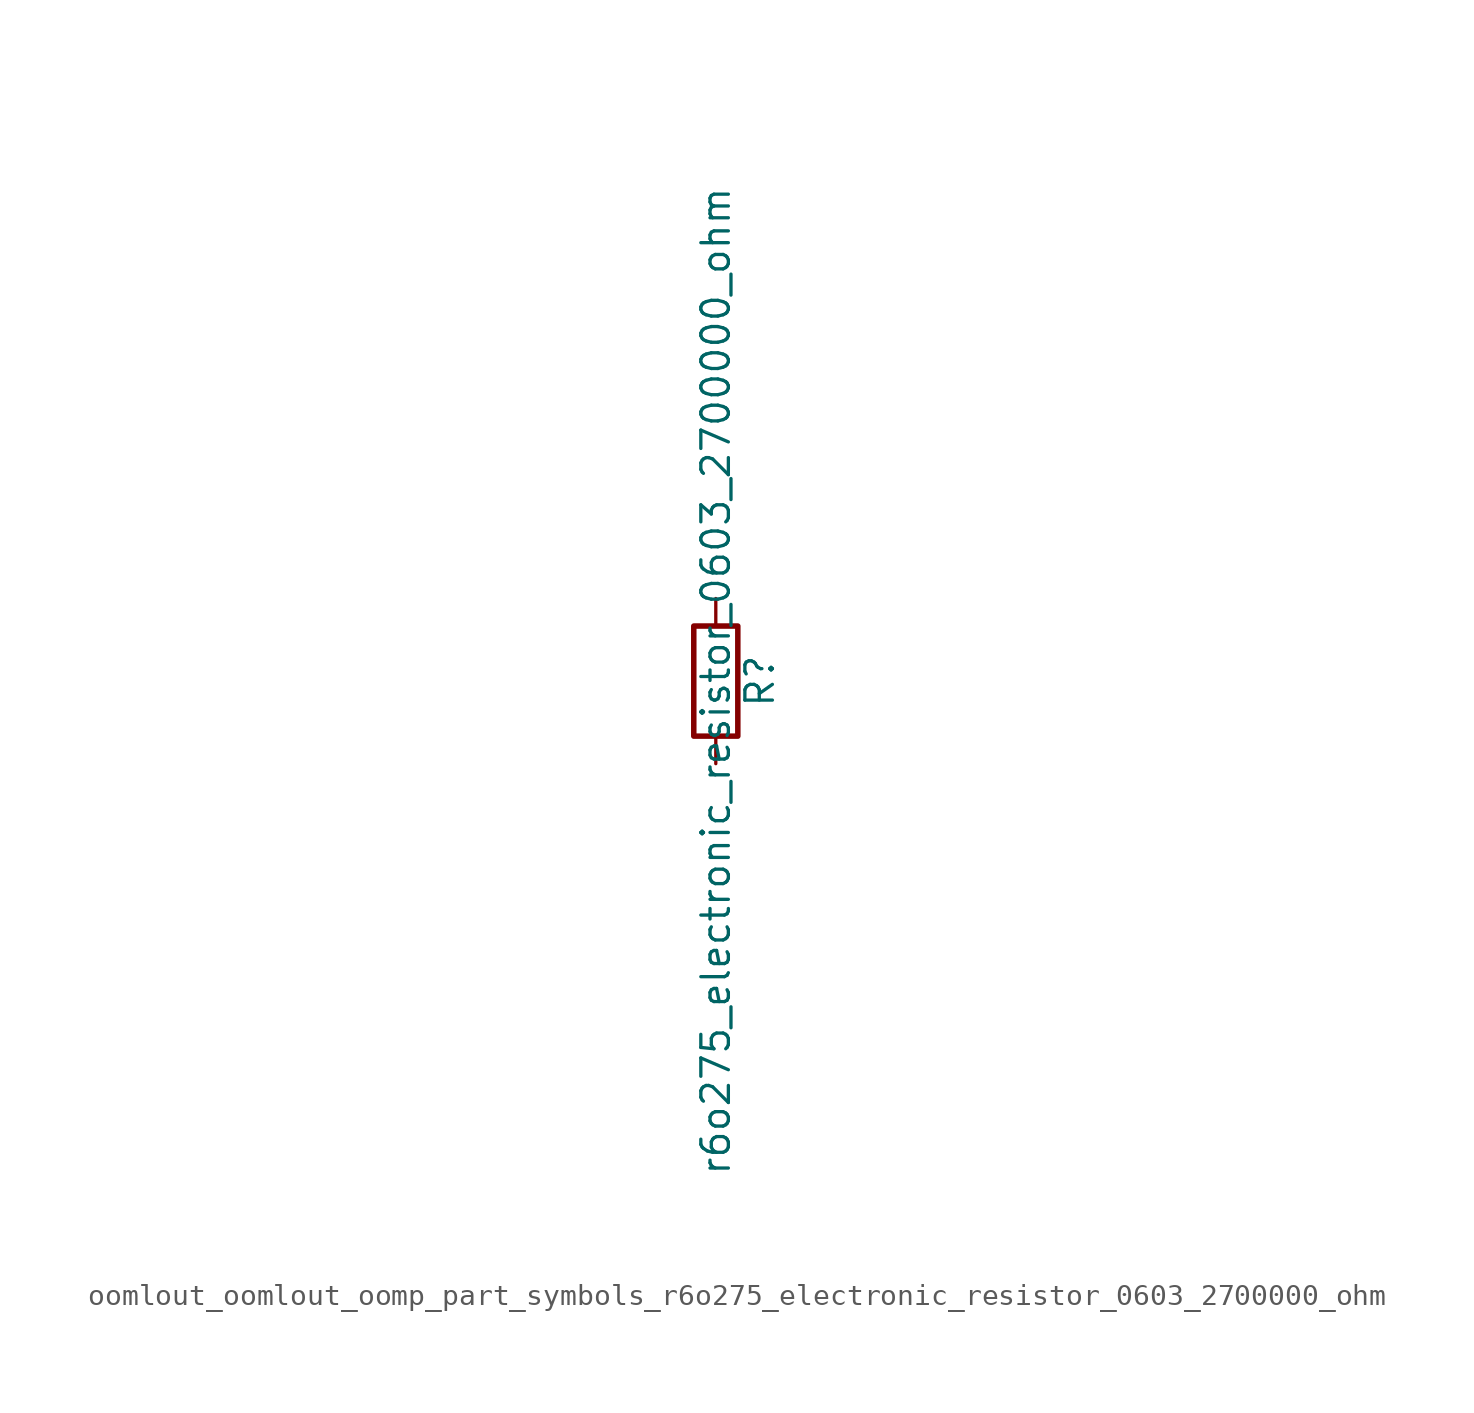
<source format=kicad_sym>
(kicad_symbol_lib
  (version 20220914)
  (generator kicad_symbol_editor)
  (symbol "oomlout_oomlout_oomp_part_symbols_r6o275_electronic_resistor_0603_2700000_ohm"
    (pin_numbers hide)
    (pin_names
      (offset 0))
    (property "Reference" "R"
      (at 2.032 0 90)
      (effects (font (size 1.27 1.27))))
    (property "Value" "r6o275_electronic_resistor_0603_2700000_ohm"
      (at 0 0 90)
      (effects (font (size 1.27 1.27))))
    (symbol "oomlout_oomlout_oomp_part_symbols_r6o275_electronic_resistor_0603_2700000_ohm_0_1"
      (rectangle (start -1.016 -2.54) (end 1.016 2.54) (stroke (width 0.254) (type default)) (fill (type none))))
    (symbol "oomlout_oomlout_oomp_part_symbols_r6o275_electronic_resistor_0603_2700000_ohm_1_1"
      (pin passive line (at 0 3.81 270) (length 1.27) (name "~" (effects (font (size 1.27 1.27)))) (number "1" (effects (font (size 1.27 1.27)))))
      (pin passive line (at 0 -3.81 90) (length 1.27) (name "~" (effects (font (size 1.27 1.27)))) (number "2" (effects (font (size 1.27 1.27))))))))
</source>
